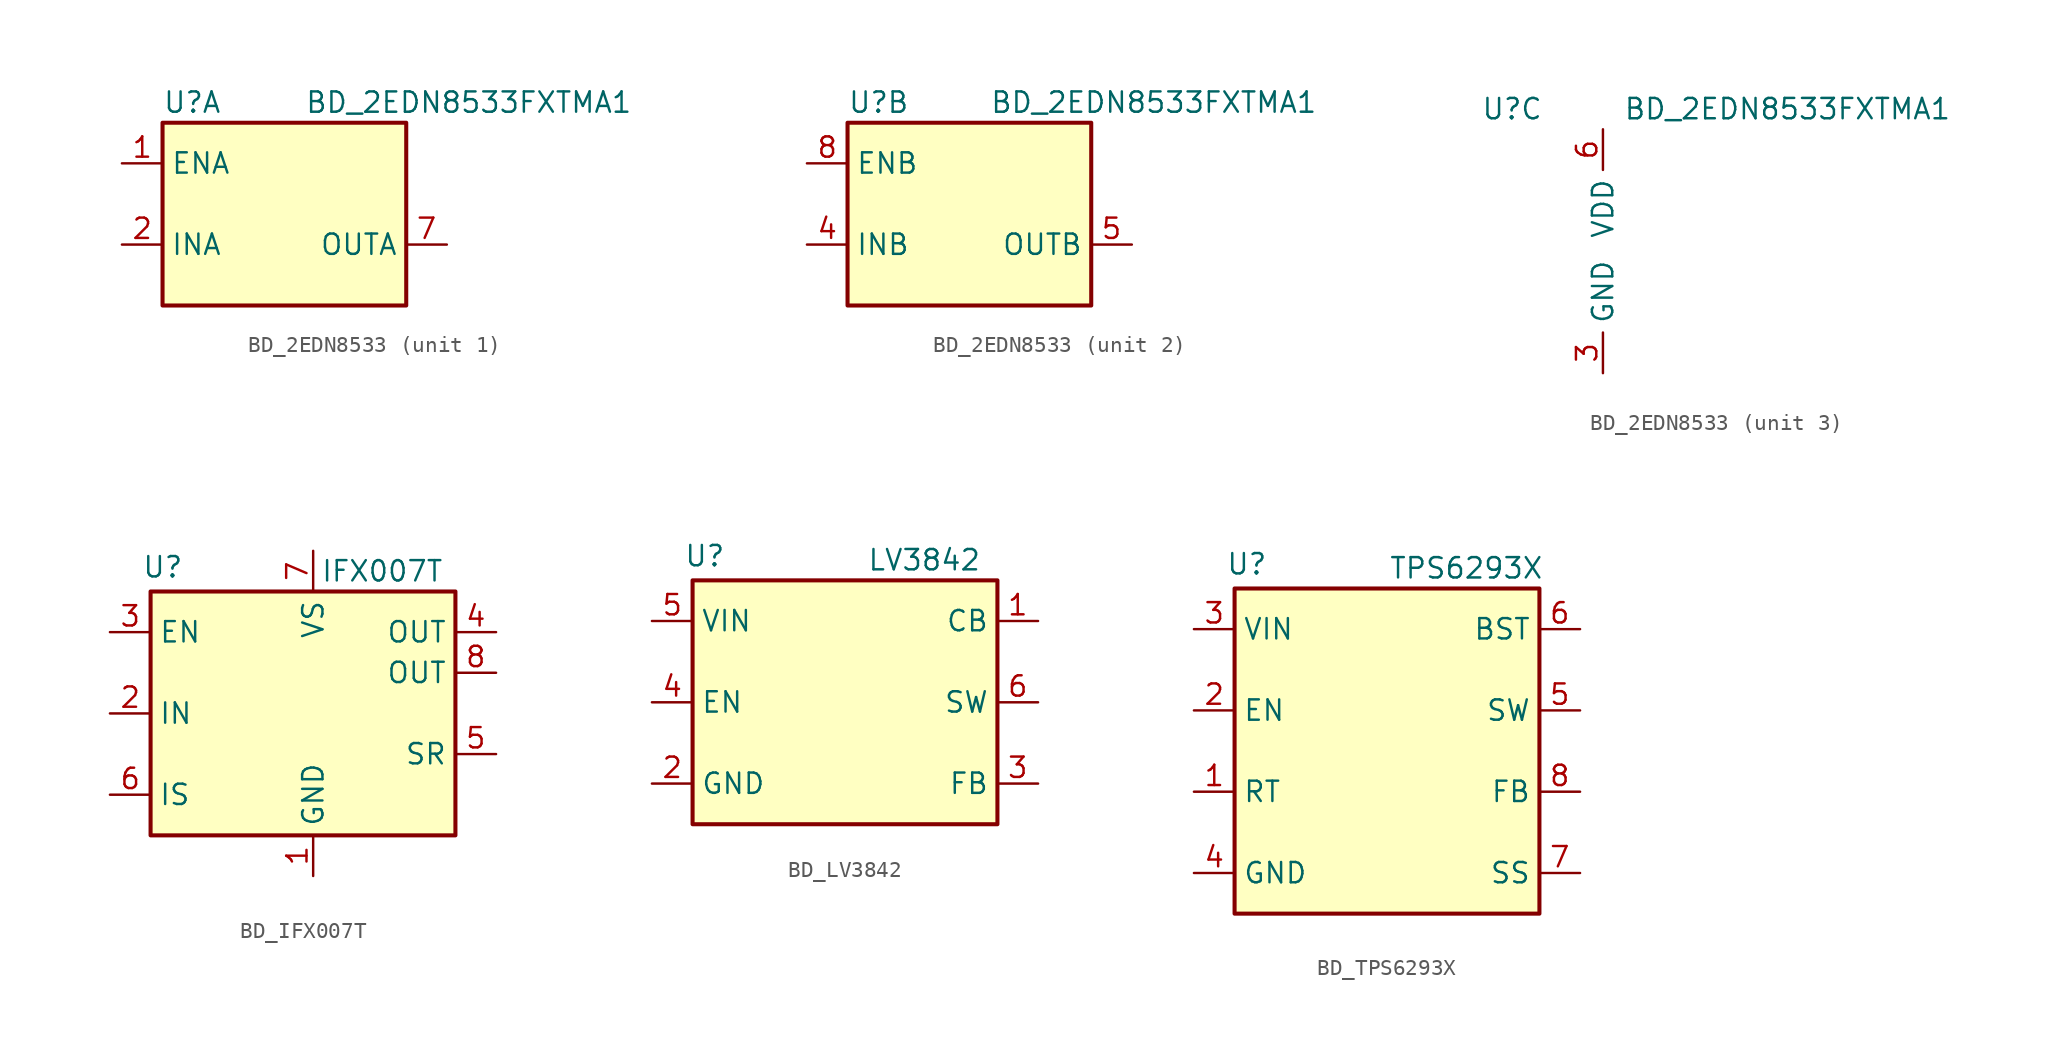
<source format=kicad_sym>
(kicad_symbol_lib
  (version 20241209)
  (generator "kicad_symbol_editor")
  (generator_version "9.0")
  (symbol "BD_2EDN8533"
    (property "Reference" "U"
      (at -7.62 8.89 0)
      (effects (font (size 1.27 1.27)) (justify left)))
    (property "Value" "BD_2EDN8533FXTMA1"
      (at 1.27 8.89 0)
      (effects (font (size 1.27 1.27)) (justify left)))
    (property "ki_locked" ""
      (at 0 0 0)
      (effects (font (size 1.27 1.27))))
    (symbol "BD_2EDN8533_1_1"
      (rectangle (start -7.62 7.62) (end 7.62 -3.81) (stroke (width 0.254) (type default)) (fill (type background)))
      (pin input line (at -10.16 5.08 0) (length 2.54) (name "ENA" (effects (font (size 1.27 1.27)))) (number "1" (effects (font (size 1.27 1.27)))))
      (pin input line (at -10.16 0 0) (length 2.54) (name "INA" (effects (font (size 1.27 1.27)))) (number "2" (effects (font (size 1.27 1.27)))))
      (pin output line (at 10.16 0 180) (length 2.54) (name "OUTA" (effects (font (size 1.27 1.27)))) (number "7" (effects (font (size 1.27 1.27))))))
    (symbol "BD_2EDN8533_2_1"
      (rectangle (start -7.62 7.62) (end 7.62 -3.81) (stroke (width 0.254) (type default)) (fill (type background)))
      (pin input line (at -10.16 5.08 0) (length 2.54) (name "ENB" (effects (font (size 1.27 1.27)))) (number "8" (effects (font (size 1.27 1.27)))))
      (pin input line (at -10.16 0 0) (length 2.54) (name "INB" (effects (font (size 1.27 1.27)))) (number "4" (effects (font (size 1.27 1.27)))))
      (pin output line (at 10.16 0 180) (length 2.54) (name "OUTB" (effects (font (size 1.27 1.27)))) (number "5" (effects (font (size 1.27 1.27))))))
    (symbol "BD_2EDN8533_3_1"
      (pin power_in line (at 0 7.62 270) (length 2.54) (name "VDD" (effects (font (size 1.27 1.27)))) (number "6" (effects (font (size 1.27 1.27)))))
      (pin power_in line (at 0 -7.62 90) (length 2.54) (name "GND" (effects (font (size 1.27 1.27)))) (number "3" (effects (font (size 1.27 1.27)))))))
  (symbol "BD_IFX007T"
    (property "Reference" "U"
      (at -9.398 5.334 0)
      (effects (font (size 1.27 1.27))))
    (property "Value" "IFX007T"
      (at 4.318 5.08 0)
      (effects (font (size 1.27 1.27))))
    (symbol "BD_IFX007T_1_1"
      (rectangle (start -10.16 3.81) (end 8.89 -11.43) (stroke (width 0.254) (type default)) (fill (type background)))
      (pin input line (at -12.7 1.27 0) (length 2.54) (name "EN" (effects (font (size 1.27 1.27)))) (number "3" (effects (font (size 1.27 1.27)))))
      (pin input line (at -12.7 -3.81 0) (length 2.54) (name "IN" (effects (font (size 1.27 1.27)))) (number "2" (effects (font (size 1.27 1.27)))))
      (pin input line (at -12.7 -8.89 0) (length 2.54) (name "IS" (effects (font (size 1.27 1.27)))) (number "6" (effects (font (size 1.27 1.27)))))
      (pin power_in line (at 0 6.35 270) (length 2.54) (name "VS" (effects (font (size 1.27 1.27)))) (number "7" (effects (font (size 1.27 1.27)))))
      (pin power_in line (at 0 -13.97 90) (length 2.54) (name "GND" (effects (font (size 1.27 1.27)))) (number "1" (effects (font (size 1.27 1.27)))))
      (pin power_out line (at 11.43 1.27 180) (length 2.54) (name "OUT" (effects (font (size 1.27 1.27)))) (number "4" (effects (font (size 1.27 1.27)))))
      (pin power_out line (at 11.43 -1.27 180) (length 2.54) (name "OUT" (effects (font (size 1.27 1.27)))) (number "8" (effects (font (size 1.27 1.27)))))
      (pin passive line (at 11.43 -6.35 180) (length 2.54) (name "SR" (effects (font (size 1.27 1.27)))) (number "5" (effects (font (size 1.27 1.27)))))))
  (symbol "BD_LV3842"
    (property "Reference" "U"
      (at -9.398 5.334 0)
      (effects (font (size 1.27 1.27))))
    (property "Value" "LV3842"
      (at 4.318 5.08 0)
      (effects (font (size 1.27 1.27))))
    (symbol "BD_LV3842_1_1"
      (rectangle (start -10.16 3.81) (end 8.89 -11.43) (stroke (width 0.254) (type default)) (fill (type background)))
      (pin power_in line (at -12.7 1.27 0) (length 2.54) (name "VIN" (effects (font (size 1.27 1.27)))) (number "5" (effects (font (size 1.27 1.27)))))
      (pin input line (at -12.7 -3.81 0) (length 2.54) (name "EN" (effects (font (size 1.27 1.27)))) (number "4" (effects (font (size 1.27 1.27)))))
      (pin power_in line (at -12.7 -8.89 0) (length 2.54) (name "GND" (effects (font (size 1.27 1.27)))) (number "2" (effects (font (size 1.27 1.27)))))
      (pin power_in line (at 11.43 1.27 180) (length 2.54) (name "CB" (effects (font (size 1.27 1.27)))) (number "1" (effects (font (size 1.27 1.27)))))
      (pin power_out line (at 11.43 -3.81 180) (length 2.54) (name "SW" (effects (font (size 1.27 1.27)))) (number "6" (effects (font (size 1.27 1.27)))))
      (pin input line (at 11.43 -8.89 180) (length 2.54) (name "FB" (effects (font (size 1.27 1.27)))) (number "3" (effects (font (size 1.27 1.27)))))))
  (symbol "BD_TPS6293X"
    (property "Reference" "U"
      (at -9.398 5.334 0)
      (effects (font (size 1.27 1.27))))
    (property "Value" "TPS6293X"
      (at 4.318 5.08 0)
      (effects (font (size 1.27 1.27))))
    (symbol "BD_TPS6293X_1_1"
      (rectangle (start -10.16 3.81) (end 8.89 -16.51) (stroke (width 0.254) (type default)) (fill (type background)))
      (pin power_in line (at -12.7 1.27 0) (length 2.54) (name "VIN" (effects (font (size 1.27 1.27)))) (number "3" (effects (font (size 1.27 1.27)))))
      (pin input line (at -12.7 -3.81 0) (length 2.54) (name "EN" (effects (font (size 1.27 1.27)))) (number "2" (effects (font (size 1.27 1.27)))))
      (pin passive line (at -12.7 -8.89 0) (length 2.54) (name "RT" (effects (font (size 1.27 1.27)))) (number "1" (effects (font (size 1.27 1.27)))))
      (pin power_in line (at -12.7 -13.97 0) (length 2.54) (name "GND" (effects (font (size 1.27 1.27)))) (number "4" (effects (font (size 1.27 1.27)))))
      (pin input line (at 11.43 1.27 180) (length 2.54) (name "BST" (effects (font (size 1.27 1.27)))) (number "6" (effects (font (size 1.27 1.27)))))
      (pin power_out line (at 11.43 -3.81 180) (length 2.54) (name "SW" (effects (font (size 1.27 1.27)))) (number "5" (effects (font (size 1.27 1.27)))))
      (pin input line (at 11.43 -8.89 180) (length 2.54) (name "FB" (effects (font (size 1.27 1.27)))) (number "8" (effects (font (size 1.27 1.27)))))
      (pin passive line (at 11.43 -13.97 180) (length 2.54) (name "SS" (effects (font (size 1.27 1.27)))) (number "7" (effects (font (size 1.27 1.27))))))))
</source>
